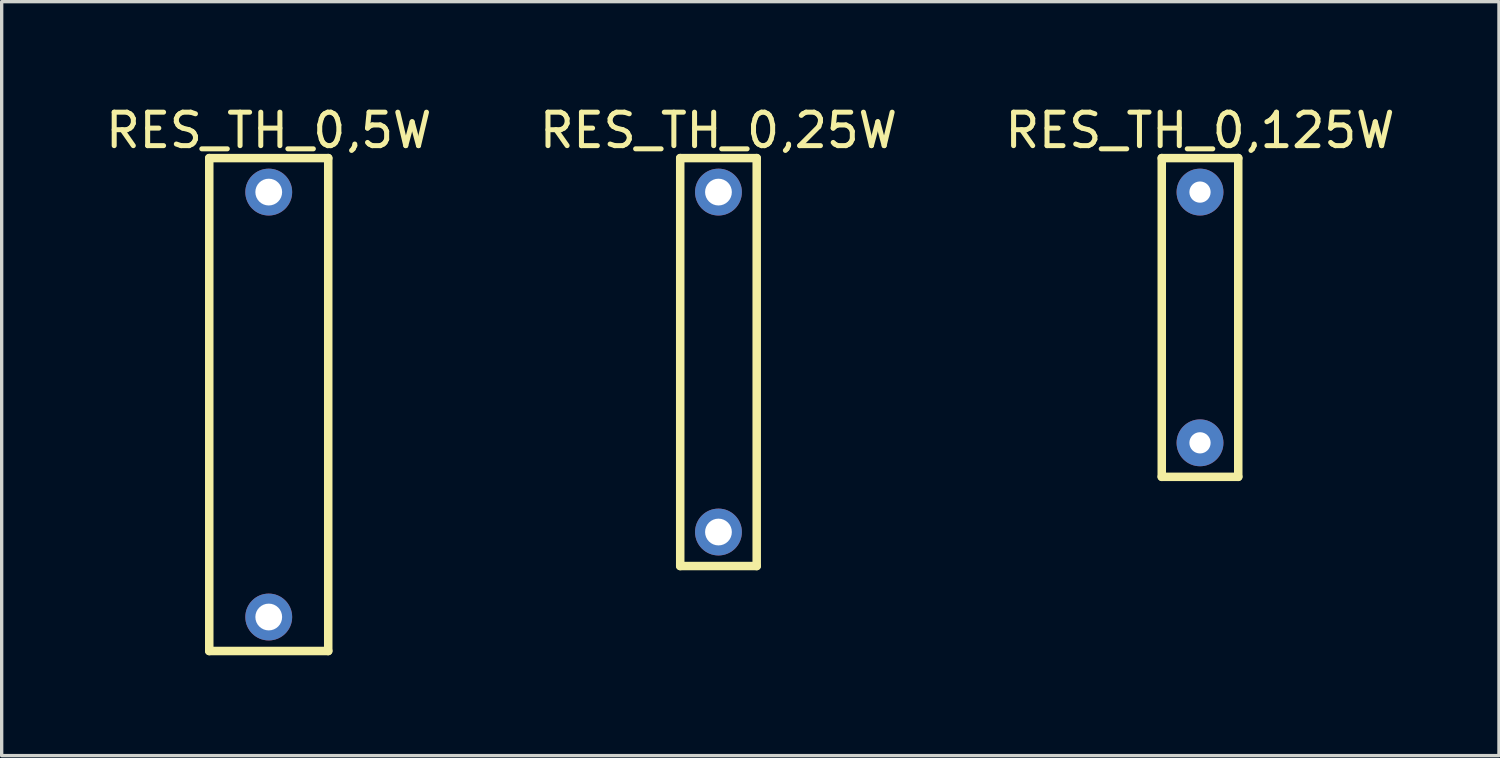
<source format=kicad_pcb>
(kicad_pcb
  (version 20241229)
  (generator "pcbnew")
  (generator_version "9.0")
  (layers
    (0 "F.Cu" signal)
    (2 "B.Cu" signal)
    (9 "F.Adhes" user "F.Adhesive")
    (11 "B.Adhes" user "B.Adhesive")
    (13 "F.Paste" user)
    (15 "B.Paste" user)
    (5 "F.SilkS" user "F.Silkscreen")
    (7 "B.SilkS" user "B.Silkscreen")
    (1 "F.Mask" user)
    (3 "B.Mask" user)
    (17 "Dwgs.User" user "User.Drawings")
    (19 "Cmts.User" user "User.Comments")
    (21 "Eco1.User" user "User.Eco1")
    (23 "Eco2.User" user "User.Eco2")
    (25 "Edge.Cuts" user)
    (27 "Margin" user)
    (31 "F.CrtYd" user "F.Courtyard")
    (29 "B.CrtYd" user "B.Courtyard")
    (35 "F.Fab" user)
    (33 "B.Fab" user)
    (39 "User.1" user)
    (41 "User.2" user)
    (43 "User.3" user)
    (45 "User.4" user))
  (footprint "RES_TH_0,25W"
    (layer "F.Cu")
    (at 18.423 7.771)
    (property "Reference" "RES_TH_0,25W" (at 0 -6.923 0) (layer "F.SilkS") (effects (font (size 1 1) (thickness 0.15))))
    (fp_line (start -1.143 -6.096) (end 1.143 -6.096) (stroke (width 0.254) (type solid)) (layer "F.SilkS"))
    (fp_line (start -1.143 6.096) (end -1.143 -6.096) (stroke (width 0.254) (type solid)) (layer "F.SilkS"))
    (fp_line (start -1.143 6.096) (end 1.143 6.096) (stroke (width 0.254) (type solid)) (layer "F.SilkS"))
    (fp_line (start 1.143 6.096) (end 1.143 -6.096) (stroke (width 0.254) (type solid)) (layer "F.SilkS"))
    (pad "1" thru_hole circle (at 0 5.08 90) (size 1.4 1.4) (drill 0.8) (layers "*.Cu" "*.Mask"))
    (pad "2" thru_hole circle (at 0 -5.08 90) (size 1.4 1.4) (drill 0.8) (layers "*.Cu" "*.Mask")))
  (footprint "RES_TH_0,125W"
    (layer "F.Cu")
    (at 32.815 6.438)
    (property "Reference" "RES_TH_0,125W" (at 0 -5.59 0) (layer "F.SilkS") (effects (font (size 1 1) (thickness 0.15))))
    (fp_line (start -1.143 -4.763) (end 1.143 -4.763) (stroke (width 0.254) (type solid)) (layer "F.SilkS"))
    (fp_line (start -1.143 4.763) (end -1.143 -4.763) (stroke (width 0.254) (type solid)) (layer "F.SilkS"))
    (fp_line (start -1.143 4.763) (end 1.143 4.763) (stroke (width 0.254) (type solid)) (layer "F.SilkS"))
    (fp_line (start 1.143 4.763) (end 1.143 -4.763) (stroke (width 0.254) (type solid)) (layer "F.SilkS"))
    (pad "1" thru_hole circle (at 0 3.747 90) (size 1.4 1.4) (drill 0.635) (layers "*.Cu" "*.Mask"))
    (pad "2" thru_hole circle (at 0 -3.747 90) (size 1.4 1.4) (drill 0.635) (layers "*.Cu" "*.Mask")))
  (footprint "RES_TH_0,5W"
    (layer "F.Cu")
    (at 4.982 9.041)
    (property "Reference" "RES_TH_0,5W" (at 0 -8.193 0) (layer "F.SilkS") (effects (font (size 1 1) (thickness 0.15))))
    (fp_line (start -1.778 -7.366) (end 1.778 -7.366) (stroke (width 0.254) (type solid)) (layer "F.SilkS"))
    (fp_line (start -1.778 7.366) (end -1.778 -7.366) (stroke (width 0.254) (type solid)) (layer "F.SilkS"))
    (fp_line (start -1.778 7.366) (end 1.778 7.366) (stroke (width 0.254) (type solid)) (layer "F.SilkS"))
    (fp_line (start 1.778 7.366) (end 1.778 -7.366) (stroke (width 0.254) (type solid)) (layer "F.SilkS"))
    (pad "1" thru_hole circle (at 0 6.35 90) (size 1.4 1.4) (drill 0.8) (layers "*.Cu" "*.Mask"))
    (pad "2" thru_hole circle (at 0 -6.35 90) (size 1.4 1.4) (drill 0.8) (layers "*.Cu" "*.Mask")))
  (gr_rect
    (start -3 -3)
    (end 41.75 19.534)
    (stroke (width 0.1) (type default))
    (fill no)
    (layer "Edge.Cuts")))
</source>
